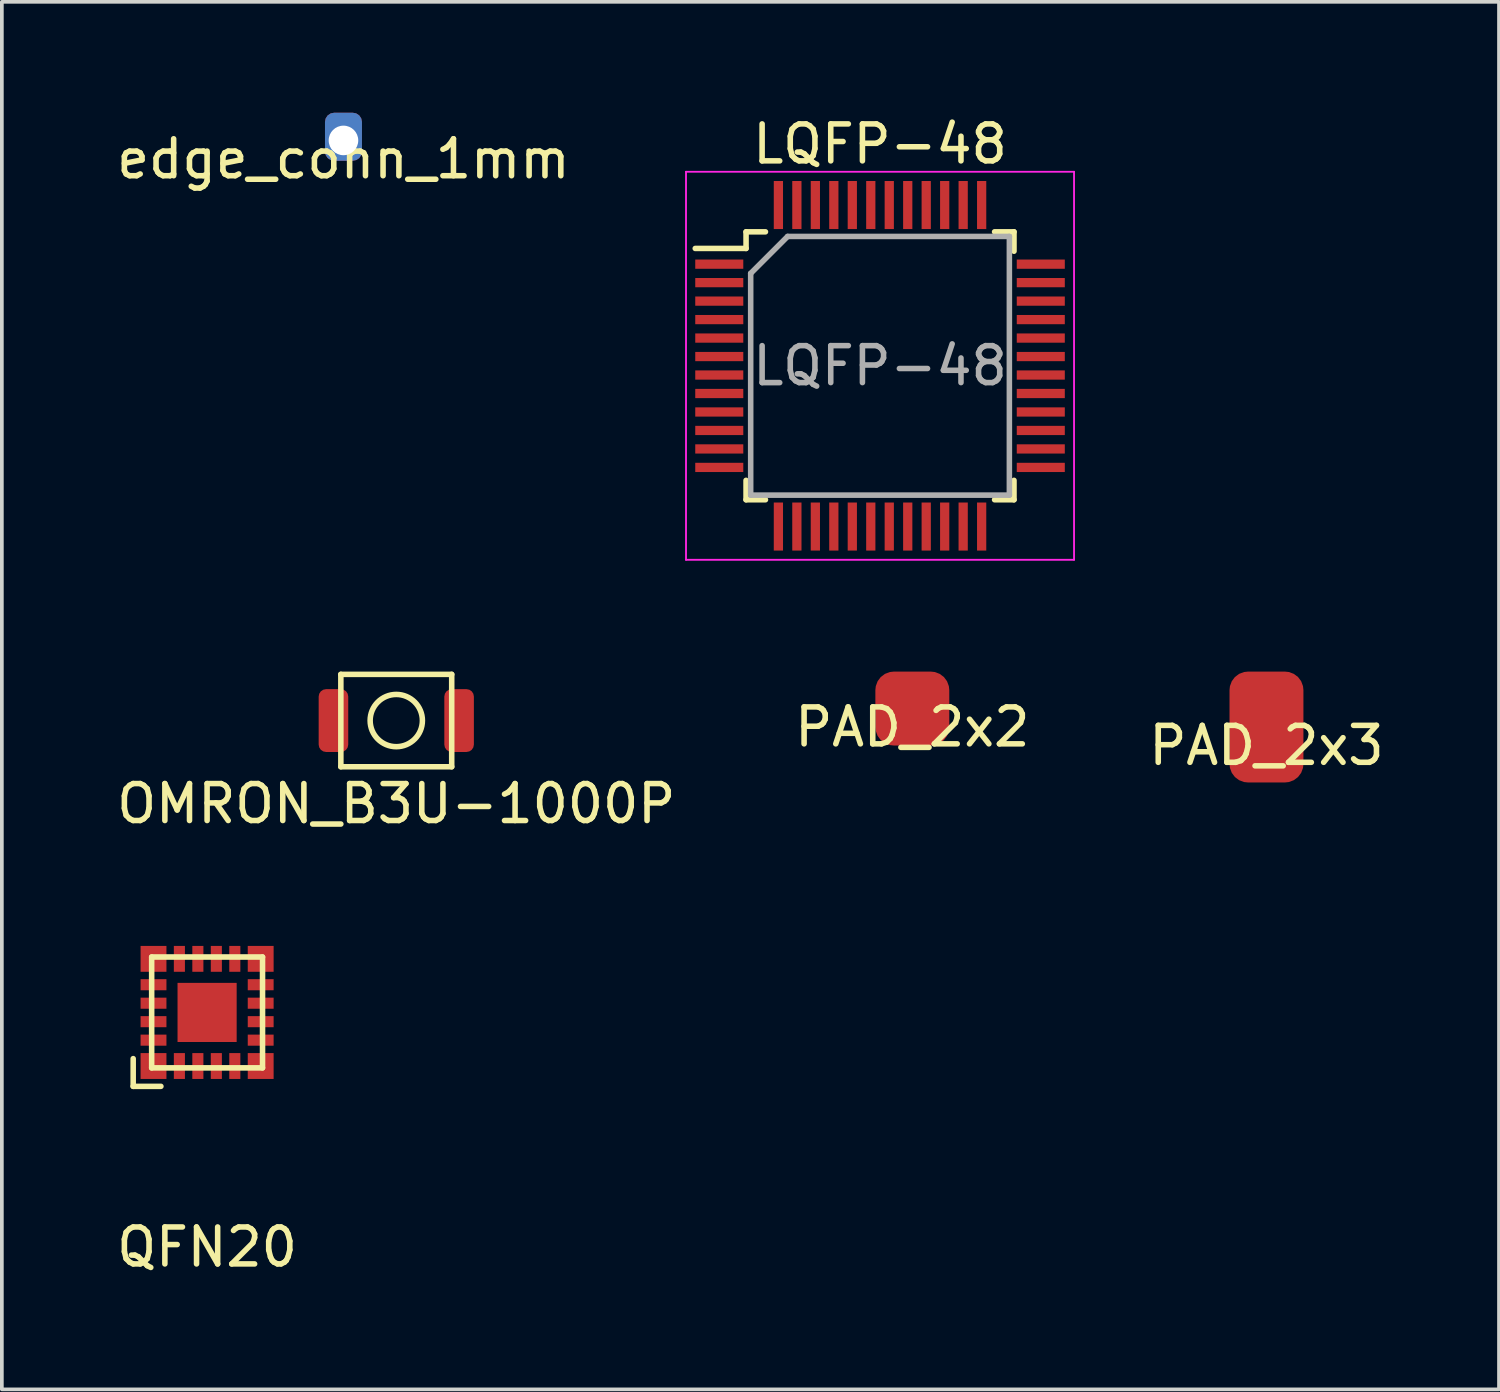
<source format=kicad_pcb>
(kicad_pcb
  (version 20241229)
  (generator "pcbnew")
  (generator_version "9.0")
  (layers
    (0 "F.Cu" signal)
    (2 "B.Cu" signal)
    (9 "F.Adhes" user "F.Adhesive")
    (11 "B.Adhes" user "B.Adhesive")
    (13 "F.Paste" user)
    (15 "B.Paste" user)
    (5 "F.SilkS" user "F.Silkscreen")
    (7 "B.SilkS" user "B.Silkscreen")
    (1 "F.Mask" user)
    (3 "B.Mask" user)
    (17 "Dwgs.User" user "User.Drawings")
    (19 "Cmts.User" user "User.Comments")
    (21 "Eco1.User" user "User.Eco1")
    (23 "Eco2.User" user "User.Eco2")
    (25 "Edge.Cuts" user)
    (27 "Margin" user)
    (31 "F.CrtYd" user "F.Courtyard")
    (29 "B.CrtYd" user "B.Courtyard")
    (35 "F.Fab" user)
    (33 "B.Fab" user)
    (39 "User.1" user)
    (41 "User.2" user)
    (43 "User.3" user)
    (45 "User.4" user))
  (footprint "OMRON_B3U-1000P"
    (layer "F.Cu")
    (at 7.673 16.448)
    (property "Reference" "OMRON_B3U-1000P" (at 0 2.25 0) (layer "F.SilkS") (effects (font (size 1 1) (thickness 0.15))))
    (attr through_hole)
    (fp_line (start -1.5 -1.25) (end 1.5 -1.25) (stroke (width 0.15) (type solid)) (layer "F.SilkS"))
    (fp_line (start -1.5 1.25) (end -1.5 -1.25) (stroke (width 0.15) (type solid)) (layer "F.SilkS"))
    (fp_line (start 1.5 -1.25) (end 1.5 1.25) (stroke (width 0.15) (type solid)) (layer "F.SilkS"))
    (fp_line (start 1.5 1.25) (end -1.5 1.25) (stroke (width 0.15) (type solid)) (layer "F.SilkS"))
    (fp_circle (center 0 0) (end 0.5 -0.5) (stroke (width 0.15) (type solid)) (fill no) (layer "F.SilkS"))
    (pad "1" smd roundrect (at -1.7 0) (size 0.8 1.7) (layers "F.Cu" "F.Mask" "F.Paste") (roundrect_rratio 0.25))
    (pad "2" smd roundrect (at 1.7 0) (size 0.8 1.7) (layers "F.Cu" "F.Mask" "F.Paste") (roundrect_rratio 0.25)))
  (footprint "PAD_2x2"
    (layer "F.Cu")
    (at 21.637 16.123)
    (property "Reference" "PAD_2x2" (at 0 0.5 0) (layer "F.SilkS") (effects (font (size 1 1) (thickness 0.15))))
    (attr through_hole)
    (pad "1" smd roundrect (at 0 0) (size 2 2) (layers "F.Cu" "F.Mask" "F.Paste") (roundrect_rratio 0.25)))
  (footprint "edge_conn_1mm"
    (layer "F.Cu")
    (at 6.244 0.75)
    (property "Reference" "edge_conn_1mm" (at 0 0.5 0) (layer "F.SilkS") (effects (font (size 1 1) (thickness 0.15))))
    (attr through_hole)
    (pad "1" thru_hole roundrect (at 0 0) (size 1 1.3) (drill 0.8 (offset 0 -0.1)) (layers "*.Cu" "*.Mask") (roundrect_rratio 0.25)))
  (footprint "LQFP-48"
    (layer "F.Cu")
    (at 20.763 6.848)
    (property "Reference" "LQFP-48" (at 0 -6 0) (layer "F.SilkS") (effects (font (size 1 1) (thickness 0.15))))
    (attr smd)
    (fp_line (start -3.625 -3.625) (end -3.625 -3.175) (stroke (width 0.15) (type solid)) (layer "F.SilkS"))
    (fp_line (start -3.625 -3.625) (end -3.1 -3.625) (stroke (width 0.15) (type solid)) (layer "F.SilkS"))
    (fp_line (start -3.625 -3.175) (end -5 -3.175) (stroke (width 0.15) (type solid)) (layer "F.SilkS"))
    (fp_line (start -3.625 3.625) (end -3.625 3.1) (stroke (width 0.15) (type solid)) (layer "F.SilkS"))
    (fp_line (start -3.625 3.625) (end -3.1 3.625) (stroke (width 0.15) (type solid)) (layer "F.SilkS"))
    (fp_line (start 3.625 -3.625) (end 3.1 -3.625) (stroke (width 0.15) (type solid)) (layer "F.SilkS"))
    (fp_line (start 3.625 -3.625) (end 3.625 -3.1) (stroke (width 0.15) (type solid)) (layer "F.SilkS"))
    (fp_line (start 3.625 3.625) (end 3.1 3.625) (stroke (width 0.15) (type solid)) (layer "F.SilkS"))
    (fp_line (start 3.625 3.625) (end 3.625 3.1) (stroke (width 0.15) (type solid)) (layer "F.SilkS"))
    (fp_line (start -5.25 -5.25) (end -5.25 5.25) (stroke (width 0.05) (type solid)) (layer "F.CrtYd"))
    (fp_line (start -5.25 -5.25) (end 5.25 -5.25) (stroke (width 0.05) (type solid)) (layer "F.CrtYd"))
    (fp_line (start -5.25 5.25) (end 5.25 5.25) (stroke (width 0.05) (type solid)) (layer "F.CrtYd"))
    (fp_line (start 5.25 -5.25) (end 5.25 5.25) (stroke (width 0.05) (type solid)) (layer "F.CrtYd"))
    (fp_line (start -3.5 -2.5) (end -2.5 -3.5) (stroke (width 0.15) (type solid)) (layer "F.Fab"))
    (fp_line (start -3.5 3.5) (end -3.5 -2.5) (stroke (width 0.15) (type solid)) (layer "F.Fab"))
    (fp_line (start -2.5 -3.5) (end 3.5 -3.5) (stroke (width 0.15) (type solid)) (layer "F.Fab"))
    (fp_line (start 3.5 -3.5) (end 3.5 3.5) (stroke (width 0.15) (type solid)) (layer "F.Fab"))
    (fp_line (start 3.5 3.5) (end -3.5 3.5) (stroke (width 0.15) (type solid)) (layer "F.Fab"))
    (fp_text user "${REFERENCE}" (at 0 0 0) (layer "F.Fab") (effects (font (size 1 1) (thickness 0.15))))
    (pad "1" smd rect (at -4.35 -2.75) (size 1.3 0.25) (layers "F.Cu" "F.Mask" "F.Paste"))
    (pad "2" smd rect (at -4.35 -2.25) (size 1.3 0.25) (layers "F.Cu" "F.Mask" "F.Paste"))
    (pad "3" smd rect (at -4.35 -1.75) (size 1.3 0.25) (layers "F.Cu" "F.Mask" "F.Paste"))
    (pad "4" smd rect (at -4.35 -1.25) (size 1.3 0.25) (layers "F.Cu" "F.Mask" "F.Paste"))
    (pad "5" smd rect (at -4.35 -0.75) (size 1.3 0.25) (layers "F.Cu" "F.Mask" "F.Paste"))
    (pad "6" smd rect (at -4.35 -0.25) (size 1.3 0.25) (layers "F.Cu" "F.Mask" "F.Paste"))
    (pad "7" smd rect (at -4.35 0.25) (size 1.3 0.25) (layers "F.Cu" "F.Mask" "F.Paste"))
    (pad "8" smd rect (at -4.35 0.75) (size 1.3 0.25) (layers "F.Cu" "F.Mask" "F.Paste"))
    (pad "9" smd rect (at -4.35 1.25) (size 1.3 0.25) (layers "F.Cu" "F.Mask" "F.Paste"))
    (pad "10" smd rect (at -4.35 1.75) (size 1.3 0.25) (layers "F.Cu" "F.Mask" "F.Paste"))
    (pad "11" smd rect (at -4.35 2.25) (size 1.3 0.25) (layers "F.Cu" "F.Mask" "F.Paste"))
    (pad "12" smd rect (at -4.35 2.75) (size 1.3 0.25) (layers "F.Cu" "F.Mask" "F.Paste"))
    (pad "13" smd rect (at -2.75 4.35 90) (size 1.3 0.25) (layers "F.Cu" "F.Mask" "F.Paste"))
    (pad "14" smd rect (at -2.25 4.35 90) (size 1.3 0.25) (layers "F.Cu" "F.Mask" "F.Paste"))
    (pad "15" smd rect (at -1.75 4.35 90) (size 1.3 0.25) (layers "F.Cu" "F.Mask" "F.Paste"))
    (pad "16" smd rect (at -1.25 4.35 90) (size 1.3 0.25) (layers "F.Cu" "F.Mask" "F.Paste"))
    (pad "17" smd rect (at -0.75 4.35 90) (size 1.3 0.25) (layers "F.Cu" "F.Mask" "F.Paste"))
    (pad "18" smd rect (at -0.25 4.35 90) (size 1.3 0.25) (layers "F.Cu" "F.Mask" "F.Paste"))
    (pad "19" smd rect (at 0.25 4.35 90) (size 1.3 0.25) (layers "F.Cu" "F.Mask" "F.Paste"))
    (pad "20" smd rect (at 0.75 4.35 90) (size 1.3 0.25) (layers "F.Cu" "F.Mask" "F.Paste"))
    (pad "21" smd rect (at 1.25 4.35 90) (size 1.3 0.25) (layers "F.Cu" "F.Mask" "F.Paste"))
    (pad "22" smd rect (at 1.75 4.35 90) (size 1.3 0.25) (layers "F.Cu" "F.Mask" "F.Paste"))
    (pad "23" smd rect (at 2.25 4.35 90) (size 1.3 0.25) (layers "F.Cu" "F.Mask" "F.Paste"))
    (pad "24" smd rect (at 2.75 4.35 90) (size 1.3 0.25) (layers "F.Cu" "F.Mask" "F.Paste"))
    (pad "25" smd rect (at 4.35 2.75) (size 1.3 0.25) (layers "F.Cu" "F.Mask" "F.Paste"))
    (pad "26" smd rect (at 4.35 2.25) (size 1.3 0.25) (layers "F.Cu" "F.Mask" "F.Paste"))
    (pad "27" smd rect (at 4.35 1.75) (size 1.3 0.25) (layers "F.Cu" "F.Mask" "F.Paste"))
    (pad "28" smd rect (at 4.35 1.25) (size 1.3 0.25) (layers "F.Cu" "F.Mask" "F.Paste"))
    (pad "29" smd rect (at 4.35 0.75) (size 1.3 0.25) (layers "F.Cu" "F.Mask" "F.Paste"))
    (pad "30" smd rect (at 4.35 0.25) (size 1.3 0.25) (layers "F.Cu" "F.Mask" "F.Paste"))
    (pad "31" smd rect (at 4.35 -0.25) (size 1.3 0.25) (layers "F.Cu" "F.Mask" "F.Paste"))
    (pad "32" smd rect (at 4.35 -0.75) (size 1.3 0.25) (layers "F.Cu" "F.Mask" "F.Paste"))
    (pad "33" smd rect (at 4.35 -1.25) (size 1.3 0.25) (layers "F.Cu" "F.Mask" "F.Paste"))
    (pad "34" smd rect (at 4.35 -1.75) (size 1.3 0.25) (layers "F.Cu" "F.Mask" "F.Paste"))
    (pad "35" smd rect (at 4.35 -2.25) (size 1.3 0.25) (layers "F.Cu" "F.Mask" "F.Paste"))
    (pad "36" smd rect (at 4.35 -2.75) (size 1.3 0.25) (layers "F.Cu" "F.Mask" "F.Paste"))
    (pad "37" smd rect (at 2.75 -4.35 90) (size 1.3 0.25) (layers "F.Cu" "F.Mask" "F.Paste"))
    (pad "38" smd rect (at 2.25 -4.35 90) (size 1.3 0.25) (layers "F.Cu" "F.Mask" "F.Paste"))
    (pad "39" smd rect (at 1.75 -4.35 90) (size 1.3 0.25) (layers "F.Cu" "F.Mask" "F.Paste"))
    (pad "40" smd rect (at 1.25 -4.35 90) (size 1.3 0.25) (layers "F.Cu" "F.Mask" "F.Paste"))
    (pad "41" smd rect (at 0.75 -4.35 90) (size 1.3 0.25) (layers "F.Cu" "F.Mask" "F.Paste"))
    (pad "42" smd rect (at 0.25 -4.35 90) (size 1.3 0.25) (layers "F.Cu" "F.Mask" "F.Paste"))
    (pad "43" smd rect (at -0.25 -4.35 90) (size 1.3 0.25) (layers "F.Cu" "F.Mask" "F.Paste"))
    (pad "44" smd rect (at -0.75 -4.35 90) (size 1.3 0.25) (layers "F.Cu" "F.Mask" "F.Paste"))
    (pad "45" smd rect (at -1.25 -4.35 90) (size 1.3 0.25) (layers "F.Cu" "F.Mask" "F.Paste"))
    (pad "46" smd rect (at -1.75 -4.35 90) (size 1.3 0.25) (layers "F.Cu" "F.Mask" "F.Paste"))
    (pad "47" smd rect (at -2.25 -4.35 90) (size 1.3 0.25) (layers "F.Cu" "F.Mask" "F.Paste"))
    (pad "48" smd rect (at -2.75 -4.35 90) (size 1.3 0.25) (layers "F.Cu" "F.Mask" "F.Paste")))
  (footprint "QFN20"
    (layer "F.Cu")
    (at 2.554 24.346)
    (property "Reference" "QFN20" (at 0 6.35 0) (layer "F.SilkS") (effects (font (size 1 1) (thickness 0.15))))
    (attr through_hole)
    (fp_line (start -2 1.25) (end -2 2) (stroke (width 0.15) (type solid)) (layer "F.SilkS"))
    (fp_line (start -2 2) (end -1.25 2) (stroke (width 0.15) (type solid)) (layer "F.SilkS"))
    (fp_line (start -1.5 -1.5) (end -1.5 1.5) (stroke (width 0.15) (type solid)) (layer "F.SilkS"))
    (fp_line (start -1.5 1.5) (end 1.5 1.5) (stroke (width 0.15) (type solid)) (layer "F.SilkS"))
    (fp_line (start 1.5 -1.5) (end -1.5 -1.5) (stroke (width 0.15) (type solid)) (layer "F.SilkS"))
    (fp_line (start 1.5 1.5) (end 1.5 -1.5) (stroke (width 0.15) (type solid)) (layer "F.SilkS"))
    (pad "1" smd rect (at -1.45 1.45) (size 0.7 0.7) (layers "F.Cu" "F.Mask" "F.Paste"))
    (pad "2" smd rect (at -0.75 1.45) (size 0.3 0.7) (layers "F.Cu" "F.Mask" "F.Paste"))
    (pad "3" smd rect (at -0.25 1.45) (size 0.3 0.7) (layers "F.Cu" "F.Mask" "F.Paste"))
    (pad "4" smd rect (at 0.25 1.45) (size 0.3 0.7) (layers "F.Cu" "F.Mask" "F.Paste"))
    (pad "5" smd rect (at 0.75 1.45) (size 0.3 0.7) (layers "F.Cu" "F.Mask" "F.Paste"))
    (pad "6" smd rect (at 1.45 1.45) (size 0.7 0.7) (layers "F.Cu" "F.Mask" "F.Paste"))
    (pad "7" smd rect (at 1.45 0.75 90) (size 0.3 0.7) (layers "F.Cu" "F.Mask" "F.Paste"))
    (pad "8" smd rect (at 1.45 0.25 90) (size 0.3 0.7) (layers "F.Cu" "F.Mask" "F.Paste"))
    (pad "9" smd rect (at 1.45 -0.25 90) (size 0.3 0.7) (layers "F.Cu" "F.Mask" "F.Paste"))
    (pad "10" smd rect (at 1.45 -0.75 90) (size 0.3 0.7) (layers "F.Cu" "F.Mask" "F.Paste"))
    (pad "11" smd rect (at 1.45 -1.45) (size 0.7 0.7) (layers "F.Cu" "F.Mask" "F.Paste"))
    (pad "12" smd rect (at 0.75 -1.45) (size 0.3 0.7) (layers "F.Cu" "F.Mask" "F.Paste"))
    (pad "13" smd rect (at 0.25 -1.45) (size 0.3 0.7) (layers "F.Cu" "F.Mask" "F.Paste"))
    (pad "14" smd rect (at -0.25 -1.45) (size 0.3 0.7) (layers "F.Cu" "F.Mask" "F.Paste"))
    (pad "15" smd rect (at -0.75 -1.45) (size 0.3 0.7) (layers "F.Cu" "F.Mask" "F.Paste"))
    (pad "16" smd rect (at -1.45 -1.45) (size 0.7 0.7) (layers "F.Cu" "F.Mask" "F.Paste"))
    (pad "17" smd rect (at -1.45 -0.75 90) (size 0.3 0.7) (layers "F.Cu" "F.Mask" "F.Paste"))
    (pad "18" smd rect (at -1.45 -0.25 90) (size 0.3 0.7) (layers "F.Cu" "F.Mask" "F.Paste"))
    (pad "19" smd rect (at -1.45 0.25 90) (size 0.3 0.7) (layers "F.Cu" "F.Mask" "F.Paste"))
    (pad "20" smd rect (at -1.45 0.75 90) (size 0.3 0.7) (layers "F.Cu" "F.Mask" "F.Paste"))
    (pad "21" smd rect (at 0 0) (size 1.6 1.6) (layers "F.Cu" "F.Mask" "F.Paste")))
  (footprint "PAD_2x3"
    (layer "F.Cu")
    (at 31.22 16.623)
    (property "Reference" "PAD_2x3" (at 0 0.5 0) (layer "F.SilkS") (effects (font (size 1 1) (thickness 0.15))))
    (attr through_hole)
    (pad "1" smd roundrect (at 0 0) (size 2 3) (layers "F.Cu" "F.Mask") (roundrect_rratio 0.25)))
  (gr_rect
    (start -3 -3)
    (end 37.512 34.545)
    (stroke (width 0.1) (type default))
    (fill no)
    (layer "Edge.Cuts")))
</source>
